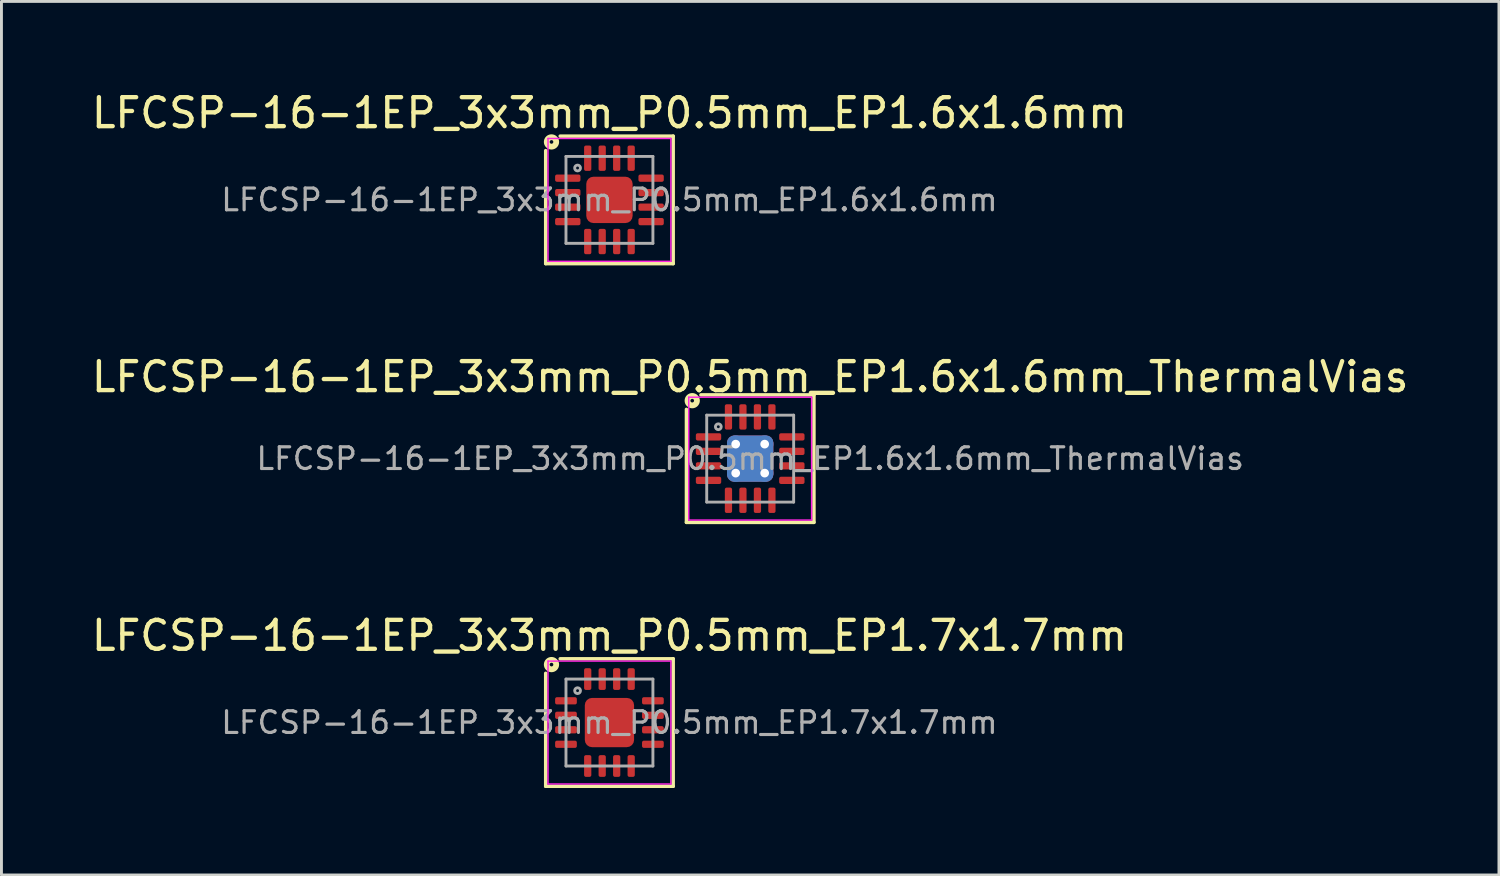
<source format=kicad_pcb>
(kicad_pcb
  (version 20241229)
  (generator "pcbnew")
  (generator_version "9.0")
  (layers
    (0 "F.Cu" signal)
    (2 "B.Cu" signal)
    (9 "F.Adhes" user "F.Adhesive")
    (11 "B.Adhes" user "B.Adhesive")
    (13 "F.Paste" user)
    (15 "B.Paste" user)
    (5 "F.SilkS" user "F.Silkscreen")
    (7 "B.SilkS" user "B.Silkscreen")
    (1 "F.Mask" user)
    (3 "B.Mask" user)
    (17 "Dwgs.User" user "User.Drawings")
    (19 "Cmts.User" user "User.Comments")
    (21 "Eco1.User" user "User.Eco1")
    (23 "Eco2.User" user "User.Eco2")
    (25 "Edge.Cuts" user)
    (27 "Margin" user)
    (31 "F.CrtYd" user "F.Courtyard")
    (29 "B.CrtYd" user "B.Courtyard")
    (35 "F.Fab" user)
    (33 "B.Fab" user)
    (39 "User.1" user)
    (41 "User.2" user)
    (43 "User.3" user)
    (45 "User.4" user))
  (footprint "LFCSP-16-1EP_3x3mm_P0.5mm_EP1.6x1.6mm_ThermalVias"
    (layer "F.Cu")
    (at 22.839 12.777)
    (property "Reference" "LFCSP-16-1EP_3x3mm_P0.5mm_EP1.6x1.6mm_ThermalVias" (at 0 -2.82 0) (layer "F.SilkS") (effects (font (size 1 1) (thickness 0.15))))
    (attr smd)
    (fp_line (start -2.2 2.2) (end -2.2 -1.7) (stroke (width 0.12) (type solid)) (layer "F.SilkS"))
    (fp_line (start 2.2 -2.2) (end -1.7 -2.2) (stroke (width 0.12) (type solid)) (layer "F.SilkS"))
    (fp_line (start 2.2 -2.2) (end 2.2 2.2) (stroke (width 0.12) (type solid)) (layer "F.SilkS"))
    (fp_line (start 2.2 2.2) (end -2.2 2.2) (stroke (width 0.12) (type solid)) (layer "F.SilkS"))
    (fp_circle (center -2 -2) (end -1.937 -2) (stroke (width 0.2) (type solid)) (fill no) (layer "F.SilkS"))
    (fp_line (start -2.12 -2.12) (end -2.12 2.12) (stroke (width 0.05) (type solid)) (layer "F.CrtYd"))
    (fp_line (start -2.12 2.12) (end 2.12 2.12) (stroke (width 0.05) (type solid)) (layer "F.CrtYd"))
    (fp_line (start 2.12 -2.12) (end -2.12 -2.12) (stroke (width 0.05) (type solid)) (layer "F.CrtYd"))
    (fp_line (start 2.12 2.12) (end 2.12 -2.12) (stroke (width 0.05) (type solid)) (layer "F.CrtYd"))
    (fp_line (start -1.5 -1.5) (end 1.5 -1.5) (stroke (width 0.1) (type solid)) (layer "F.Fab"))
    (fp_line (start -1.5 1.5) (end -1.5 -1.5) (stroke (width 0.1) (type solid)) (layer "F.Fab"))
    (fp_line (start 1.5 -1.5) (end 1.5 1.5) (stroke (width 0.1) (type solid)) (layer "F.Fab"))
    (fp_line (start 1.5 1.5) (end -1.5 1.5) (stroke (width 0.1) (type solid)) (layer "F.Fab"))
    (fp_circle (center -1.1 -1.1) (end -1 -1.1) (stroke (width 0.1) (type solid)) (fill no) (layer "F.Fab"))
    (fp_text user "${REFERENCE}" (at 0 0 0) (layer "F.Fab") (effects (font (size 0.75 0.75) (thickness 0.11))))
    (pad "" smd roundrect (at -0.4 -0.4) (size 0.69 0.69) (layers "F.Paste") (roundrect_rratio 0.25))
    (pad "" smd roundrect (at -0.4 0.4) (size 0.69 0.69) (layers "F.Paste") (roundrect_rratio 0.25))
    (pad "" smd roundrect (at 0.4 -0.4) (size 0.69 0.69) (layers "F.Paste") (roundrect_rratio 0.25))
    (pad "" smd roundrect (at 0.4 0.4) (size 0.69 0.69) (layers "F.Paste") (roundrect_rratio 0.25))
    (pad "1" smd roundrect (at -1.438 -0.75) (size 0.875 0.25) (layers "F.Cu" "F.Mask" "F.Paste") (roundrect_rratio 0.25))
    (pad "2" smd roundrect (at -1.438 -0.25) (size 0.875 0.25) (layers "F.Cu" "F.Mask" "F.Paste") (roundrect_rratio 0.25))
    (pad "3" smd roundrect (at -1.438 0.25) (size 0.875 0.25) (layers "F.Cu" "F.Mask" "F.Paste") (roundrect_rratio 0.25))
    (pad "4" smd roundrect (at -1.438 0.75) (size 0.875 0.25) (layers "F.Cu" "F.Mask" "F.Paste") (roundrect_rratio 0.25))
    (pad "5" smd roundrect (at -0.75 1.438) (size 0.25 0.875) (layers "F.Cu" "F.Mask" "F.Paste") (roundrect_rratio 0.25))
    (pad "6" smd roundrect (at -0.25 1.438) (size 0.25 0.875) (layers "F.Cu" "F.Mask" "F.Paste") (roundrect_rratio 0.25))
    (pad "7" smd roundrect (at 0.25 1.438) (size 0.25 0.875) (layers "F.Cu" "F.Mask" "F.Paste") (roundrect_rratio 0.25))
    (pad "8" smd roundrect (at 0.75 1.438) (size 0.25 0.875) (layers "F.Cu" "F.Mask" "F.Paste") (roundrect_rratio 0.25))
    (pad "9" smd roundrect (at 1.438 0.75) (size 0.875 0.25) (layers "F.Cu" "F.Mask" "F.Paste") (roundrect_rratio 0.25))
    (pad "10" smd roundrect (at 1.438 0.25) (size 0.875 0.25) (layers "F.Cu" "F.Mask" "F.Paste") (roundrect_rratio 0.25))
    (pad "11" smd roundrect (at 1.438 -0.25) (size 0.875 0.25) (layers "F.Cu" "F.Mask" "F.Paste") (roundrect_rratio 0.25))
    (pad "12" smd roundrect (at 1.438 -0.75) (size 0.875 0.25) (layers "F.Cu" "F.Mask" "F.Paste") (roundrect_rratio 0.25))
    (pad "13" smd roundrect (at 0.75 -1.438) (size 0.25 0.875) (layers "F.Cu" "F.Mask" "F.Paste") (roundrect_rratio 0.25))
    (pad "14" smd roundrect (at 0.25 -1.438) (size 0.25 0.875) (layers "F.Cu" "F.Mask" "F.Paste") (roundrect_rratio 0.25))
    (pad "15" smd roundrect (at -0.25 -1.438) (size 0.25 0.875) (layers "F.Cu" "F.Mask" "F.Paste") (roundrect_rratio 0.25))
    (pad "16" smd roundrect (at -0.75 -1.438) (size 0.25 0.875) (layers "F.Cu" "F.Mask" "F.Paste") (roundrect_rratio 0.25))
    (pad "17" thru_hole circle (at -0.5 -0.5) (size 0.6 0.6) (drill 0.3) (property pad_prop_heatsink) (layers "*.Cu"))
    (pad "17" thru_hole circle (at -0.5 0.5) (size 0.6 0.6) (drill 0.3) (property pad_prop_heatsink) (layers "*.Cu"))
    (pad "17" smd roundrect (at 0 0) (size 1.6 1.6) (layers "F.Cu" "F.Mask") (roundrect_rratio 0.156))
    (pad "17" smd roundrect (at 0 0) (size 1.6 1.6) (layers "B.Cu" "B.Mask") (roundrect_rratio 0.156))
    (pad "17" thru_hole circle (at 0.5 -0.5) (size 0.6 0.6) (drill 0.3) (property pad_prop_heatsink) (layers "*.Cu"))
    (pad "17" thru_hole circle (at 0.5 0.5) (size 0.6 0.6) (drill 0.3) (property pad_prop_heatsink) (layers "*.Cu")))
  (footprint "LFCSP-16-1EP_3x3mm_P0.5mm_EP1.7x1.7mm"
    (layer "F.Cu")
    (at 17.982 21.885)
    (property "Reference" "LFCSP-16-1EP_3x3mm_P0.5mm_EP1.7x1.7mm" (at 0 -3 0) (layer "F.SilkS") (effects (font (size 1 1) (thickness 0.15))))
    (attr smd)
    (fp_line (start -2.2 2.2) (end -2.2 -1.7) (stroke (width 0.12) (type solid)) (layer "F.SilkS"))
    (fp_line (start 2.2 -2.2) (end -1.7 -2.2) (stroke (width 0.12) (type solid)) (layer "F.SilkS"))
    (fp_line (start 2.2 -2.2) (end 2.2 2.2) (stroke (width 0.12) (type solid)) (layer "F.SilkS"))
    (fp_line (start 2.2 2.2) (end -2.2 2.2) (stroke (width 0.12) (type solid)) (layer "F.SilkS"))
    (fp_circle (center -2 -2) (end -1.937 -2) (stroke (width 0.2) (type solid)) (fill no) (layer "F.SilkS"))
    (fp_line (start -2.12 -2.12) (end -2.12 2.12) (stroke (width 0.05) (type solid)) (layer "F.CrtYd"))
    (fp_line (start -2.12 2.12) (end 2.12 2.12) (stroke (width 0.05) (type solid)) (layer "F.CrtYd"))
    (fp_line (start 2.12 -2.12) (end -2.12 -2.12) (stroke (width 0.05) (type solid)) (layer "F.CrtYd"))
    (fp_line (start 2.12 2.12) (end 2.12 -2.12) (stroke (width 0.05) (type solid)) (layer "F.CrtYd"))
    (fp_line (start -1.5 -1.5) (end 1.5 -1.5) (stroke (width 0.1) (type solid)) (layer "F.Fab"))
    (fp_line (start -1.5 1.5) (end -1.5 -1.5) (stroke (width 0.1) (type solid)) (layer "F.Fab"))
    (fp_line (start 1.5 -1.5) (end 1.5 1.5) (stroke (width 0.1) (type solid)) (layer "F.Fab"))
    (fp_line (start 1.5 1.5) (end -1.5 1.5) (stroke (width 0.1) (type solid)) (layer "F.Fab"))
    (fp_circle (center -1.1 -1.1) (end -1 -1.1) (stroke (width 0.1) (type solid)) (fill no) (layer "F.Fab"))
    (fp_text user "${REFERENCE}" (at 0 0 0) (layer "F.Fab") (effects (font (size 0.75 0.75) (thickness 0.11))))
    (pad "" smd roundrect (at -0.425 -0.425) (size 0.69 0.69) (layers "F.Paste") (roundrect_rratio 0.25))
    (pad "" smd roundrect (at -0.425 0.425) (size 0.69 0.69) (layers "F.Paste") (roundrect_rratio 0.25))
    (pad "" smd roundrect (at 0.425 -0.425) (size 0.69 0.69) (layers "F.Paste") (roundrect_rratio 0.25))
    (pad "" smd roundrect (at 0.425 0.425) (size 0.69 0.69) (layers "F.Paste") (roundrect_rratio 0.25))
    (pad "1" smd roundrect (at -1.5 -0.75) (size 0.75 0.25) (layers "F.Cu" "F.Mask" "F.Paste") (roundrect_rratio 0.25))
    (pad "2" smd roundrect (at -1.5 -0.25) (size 0.75 0.25) (layers "F.Cu" "F.Mask" "F.Paste") (roundrect_rratio 0.25))
    (pad "3" smd roundrect (at -1.5 0.25) (size 0.75 0.25) (layers "F.Cu" "F.Mask" "F.Paste") (roundrect_rratio 0.25))
    (pad "4" smd roundrect (at -1.5 0.75) (size 0.75 0.25) (layers "F.Cu" "F.Mask" "F.Paste") (roundrect_rratio 0.25))
    (pad "5" smd roundrect (at -0.75 1.5) (size 0.25 0.75) (layers "F.Cu" "F.Mask" "F.Paste") (roundrect_rratio 0.25))
    (pad "6" smd roundrect (at -0.25 1.5) (size 0.25 0.75) (layers "F.Cu" "F.Mask" "F.Paste") (roundrect_rratio 0.25))
    (pad "7" smd roundrect (at 0.25 1.5) (size 0.25 0.75) (layers "F.Cu" "F.Mask" "F.Paste") (roundrect_rratio 0.25))
    (pad "8" smd roundrect (at 0.75 1.5) (size 0.25 0.75) (layers "F.Cu" "F.Mask" "F.Paste") (roundrect_rratio 0.25))
    (pad "9" smd roundrect (at 1.5 0.75) (size 0.75 0.25) (layers "F.Cu" "F.Mask" "F.Paste") (roundrect_rratio 0.25))
    (pad "10" smd roundrect (at 1.5 0.25) (size 0.75 0.25) (layers "F.Cu" "F.Mask" "F.Paste") (roundrect_rratio 0.25))
    (pad "11" smd roundrect (at 1.5 -0.25) (size 0.75 0.25) (layers "F.Cu" "F.Mask" "F.Paste") (roundrect_rratio 0.25))
    (pad "12" smd roundrect (at 1.5 -0.75) (size 0.75 0.25) (layers "F.Cu" "F.Mask" "F.Paste") (roundrect_rratio 0.25))
    (pad "13" smd roundrect (at 0.75 -1.5) (size 0.25 0.75) (layers "F.Cu" "F.Mask" "F.Paste") (roundrect_rratio 0.25))
    (pad "14" smd roundrect (at 0.25 -1.5) (size 0.25 0.75) (layers "F.Cu" "F.Mask" "F.Paste") (roundrect_rratio 0.25))
    (pad "15" smd roundrect (at -0.25 -1.5) (size 0.25 0.75) (layers "F.Cu" "F.Mask" "F.Paste") (roundrect_rratio 0.25))
    (pad "16" smd roundrect (at -0.75 -1.5) (size 0.25 0.75) (layers "F.Cu" "F.Mask" "F.Paste") (roundrect_rratio 0.25))
    (pad "17" smd roundrect (at 0 0) (size 1.7 1.7) (layers "F.Cu" "F.Mask") (roundrect_rratio 0.147)))
  (footprint "LFCSP-16-1EP_3x3mm_P0.5mm_EP1.6x1.6mm"
    (layer "F.Cu")
    (at 17.982 3.848)
    (property "Reference" "LFCSP-16-1EP_3x3mm_P0.5mm_EP1.6x1.6mm" (at 0 -3 0) (layer "F.SilkS") (effects (font (size 1 1) (thickness 0.15))))
    (attr smd)
    (fp_line (start -2.2 2.2) (end -2.2 -1.7) (stroke (width 0.12) (type solid)) (layer "F.SilkS"))
    (fp_line (start 2.2 -2.2) (end -1.7 -2.2) (stroke (width 0.12) (type solid)) (layer "F.SilkS"))
    (fp_line (start 2.2 -2.2) (end 2.2 2.2) (stroke (width 0.12) (type solid)) (layer "F.SilkS"))
    (fp_line (start 2.2 2.2) (end -2.2 2.2) (stroke (width 0.12) (type solid)) (layer "F.SilkS"))
    (fp_circle (center -2 -2) (end -1.937 -2) (stroke (width 0.2) (type solid)) (fill no) (layer "F.SilkS"))
    (fp_line (start -2.12 -2.12) (end -2.12 2.12) (stroke (width 0.05) (type solid)) (layer "F.CrtYd"))
    (fp_line (start -2.12 2.12) (end 2.12 2.12) (stroke (width 0.05) (type solid)) (layer "F.CrtYd"))
    (fp_line (start 2.12 -2.12) (end -2.12 -2.12) (stroke (width 0.05) (type solid)) (layer "F.CrtYd"))
    (fp_line (start 2.12 2.12) (end 2.12 -2.12) (stroke (width 0.05) (type solid)) (layer "F.CrtYd"))
    (fp_line (start -1.5 -1.5) (end 1.5 -1.5) (stroke (width 0.1) (type solid)) (layer "F.Fab"))
    (fp_line (start -1.5 1.5) (end -1.5 -1.5) (stroke (width 0.1) (type solid)) (layer "F.Fab"))
    (fp_line (start 1.5 -1.5) (end 1.5 1.5) (stroke (width 0.1) (type solid)) (layer "F.Fab"))
    (fp_line (start 1.5 1.5) (end -1.5 1.5) (stroke (width 0.1) (type solid)) (layer "F.Fab"))
    (fp_circle (center -1.1 -1.1) (end -1 -1.1) (stroke (width 0.1) (type solid)) (fill no) (layer "F.Fab"))
    (fp_text user "${REFERENCE}" (at 0 0 0) (layer "F.Fab") (effects (font (size 0.75 0.75) (thickness 0.11))))
    (pad "" smd roundrect (at -0.4 -0.4) (size 0.64 0.64) (layers "F.Paste") (roundrect_rratio 0.25))
    (pad "" smd roundrect (at -0.4 0.4) (size 0.64 0.64) (layers "F.Paste") (roundrect_rratio 0.25))
    (pad "" smd roundrect (at 0.4 -0.4) (size 0.64 0.64) (layers "F.Paste") (roundrect_rratio 0.25))
    (pad "" smd roundrect (at 0.4 0.4) (size 0.64 0.64) (layers "F.Paste") (roundrect_rratio 0.25))
    (pad "1" smd roundrect (at -1.438 -0.75) (size 0.875 0.25) (layers "F.Cu" "F.Mask" "F.Paste") (roundrect_rratio 0.25))
    (pad "2" smd roundrect (at -1.438 -0.25) (size 0.875 0.25) (layers "F.Cu" "F.Mask" "F.Paste") (roundrect_rratio 0.25))
    (pad "3" smd roundrect (at -1.438 0.25) (size 0.875 0.25) (layers "F.Cu" "F.Mask" "F.Paste") (roundrect_rratio 0.25))
    (pad "4" smd roundrect (at -1.438 0.75) (size 0.875 0.25) (layers "F.Cu" "F.Mask" "F.Paste") (roundrect_rratio 0.25))
    (pad "5" smd roundrect (at -0.75 1.438) (size 0.25 0.875) (layers "F.Cu" "F.Mask" "F.Paste") (roundrect_rratio 0.25))
    (pad "6" smd roundrect (at -0.25 1.438) (size 0.25 0.875) (layers "F.Cu" "F.Mask" "F.Paste") (roundrect_rratio 0.25))
    (pad "7" smd roundrect (at 0.25 1.438) (size 0.25 0.875) (layers "F.Cu" "F.Mask" "F.Paste") (roundrect_rratio 0.25))
    (pad "8" smd roundrect (at 0.75 1.438) (size 0.25 0.875) (layers "F.Cu" "F.Mask" "F.Paste") (roundrect_rratio 0.25))
    (pad "9" smd roundrect (at 1.438 0.75) (size 0.875 0.25) (layers "F.Cu" "F.Mask" "F.Paste") (roundrect_rratio 0.25))
    (pad "10" smd roundrect (at 1.438 0.25) (size 0.875 0.25) (layers "F.Cu" "F.Mask" "F.Paste") (roundrect_rratio 0.25))
    (pad "11" smd roundrect (at 1.438 -0.25) (size 0.875 0.25) (layers "F.Cu" "F.Mask" "F.Paste") (roundrect_rratio 0.25))
    (pad "12" smd roundrect (at 1.438 -0.75) (size 0.875 0.25) (layers "F.Cu" "F.Mask" "F.Paste") (roundrect_rratio 0.25))
    (pad "13" smd roundrect (at 0.75 -1.438) (size 0.25 0.875) (layers "F.Cu" "F.Mask" "F.Paste") (roundrect_rratio 0.25))
    (pad "14" smd roundrect (at 0.25 -1.438) (size 0.25 0.875) (layers "F.Cu" "F.Mask" "F.Paste") (roundrect_rratio 0.25))
    (pad "15" smd roundrect (at -0.25 -1.438) (size 0.25 0.875) (layers "F.Cu" "F.Mask" "F.Paste") (roundrect_rratio 0.25))
    (pad "16" smd roundrect (at -0.75 -1.438) (size 0.25 0.875) (layers "F.Cu" "F.Mask" "F.Paste") (roundrect_rratio 0.25))
    (pad "17" smd roundrect (at 0 0) (size 1.6 1.6) (layers "F.Cu" "F.Mask") (roundrect_rratio 0.156)))
  (gr_rect
    (start -3 -3)
    (end 48.679 27.145)
    (stroke (width 0.1) (type default))
    (fill no)
    (layer "Edge.Cuts")))
</source>
